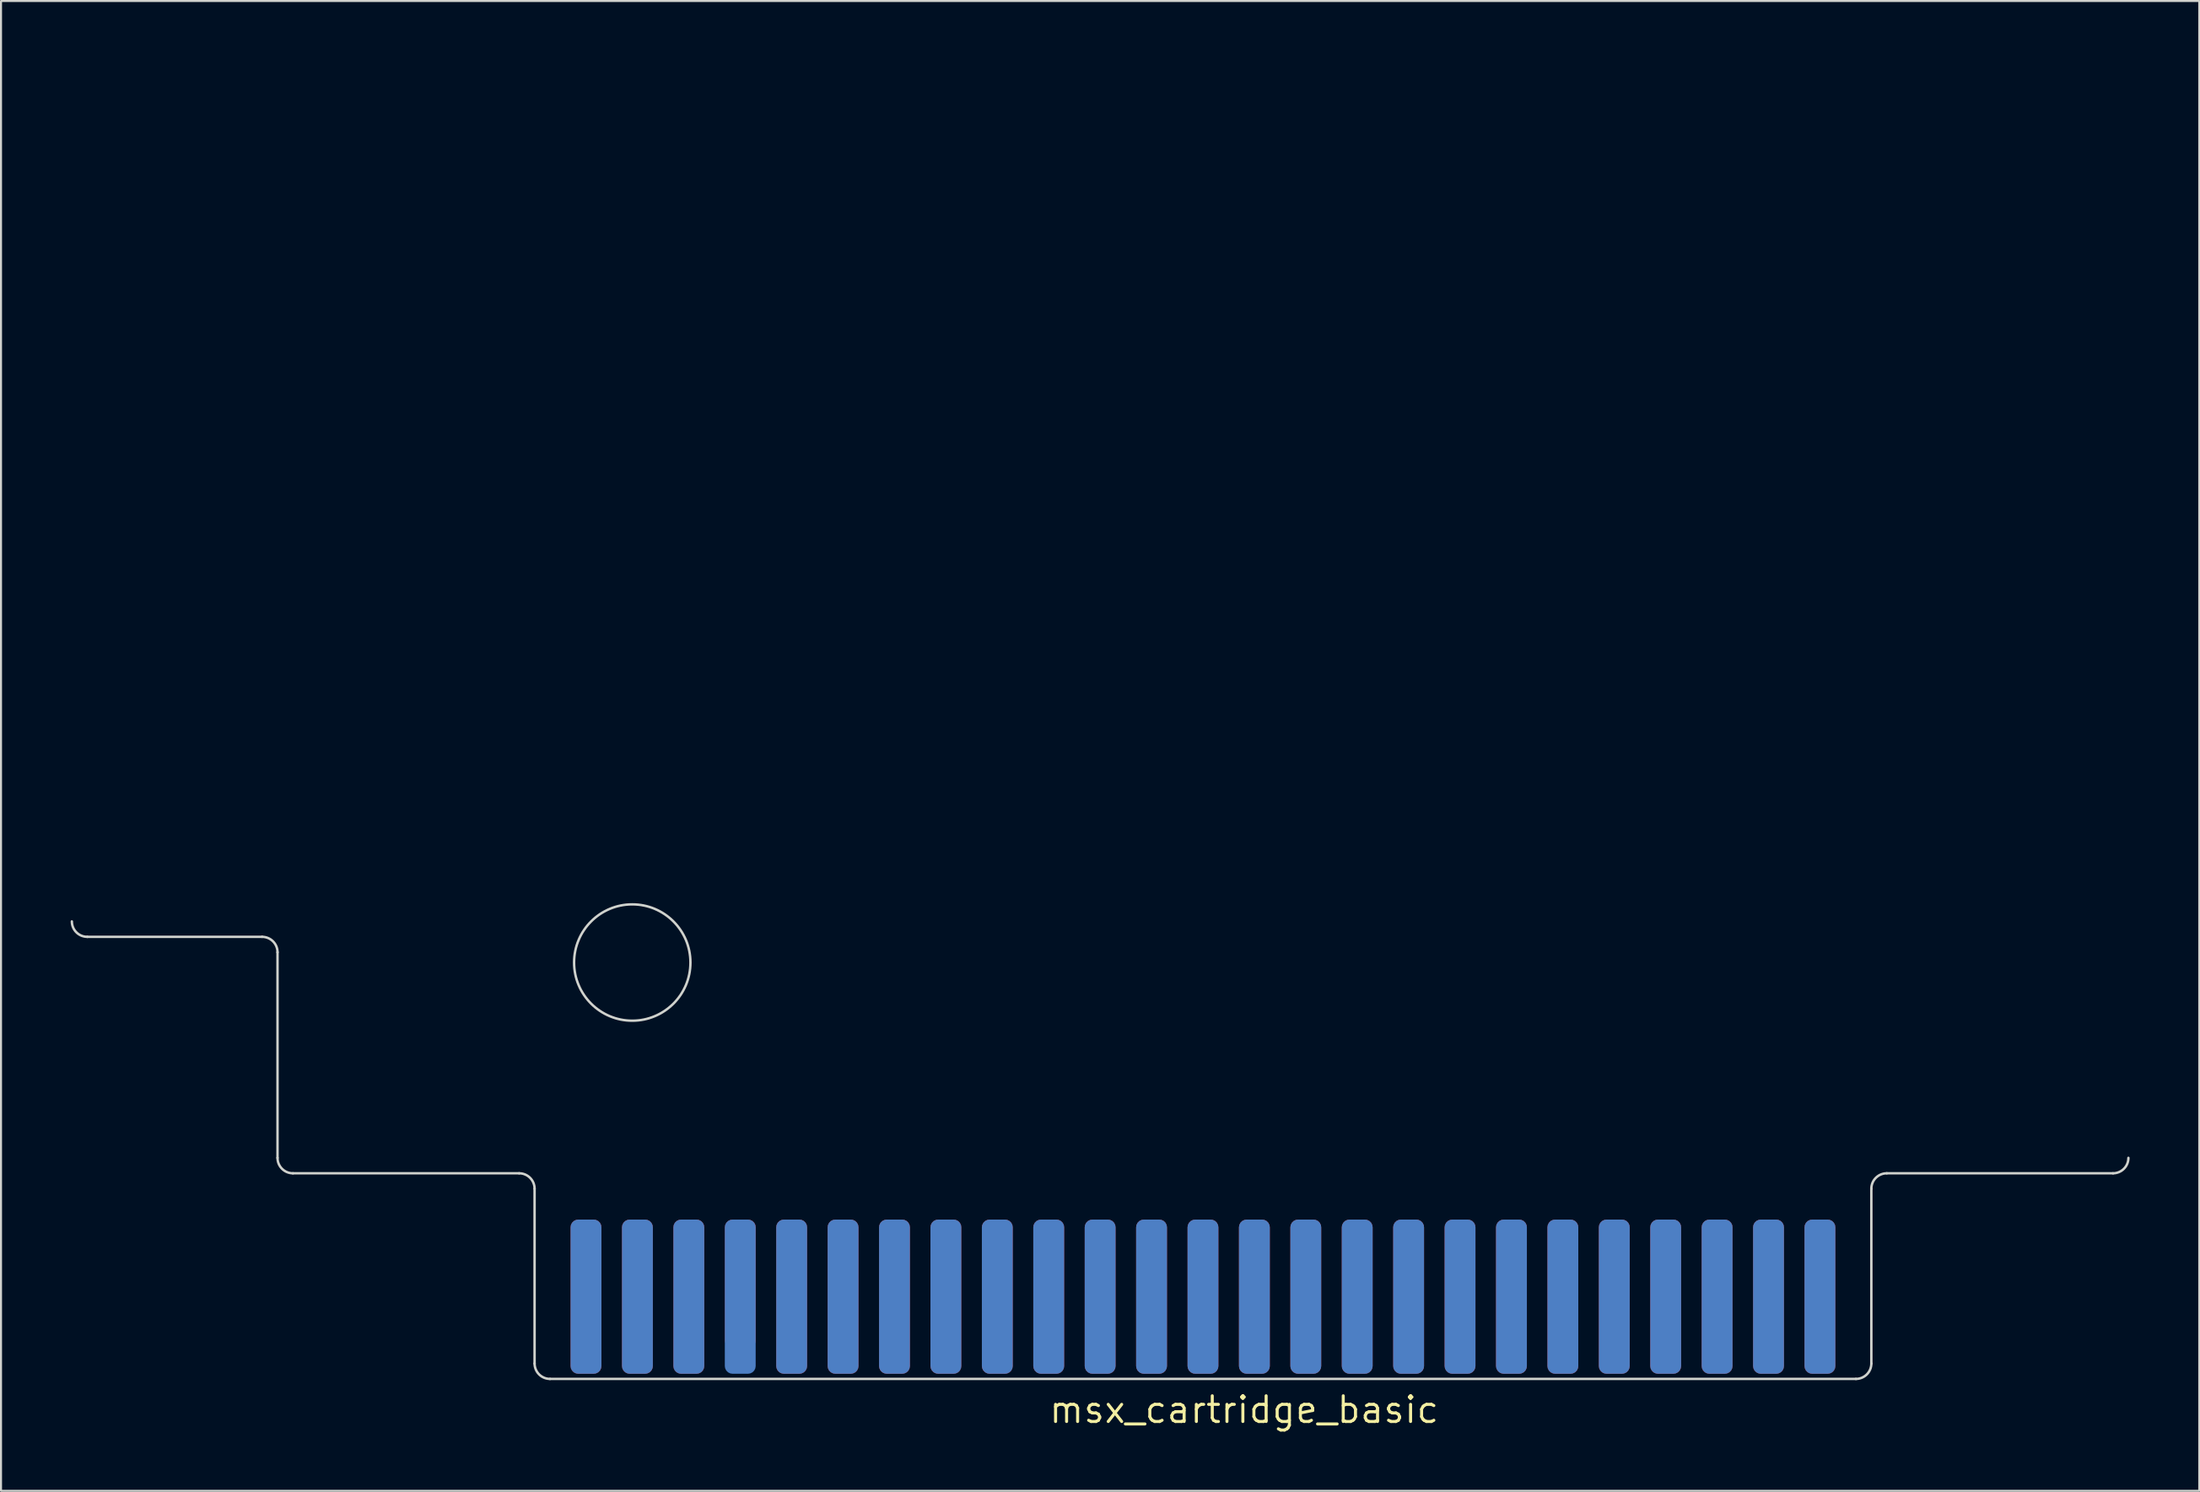
<source format=kicad_pcb>
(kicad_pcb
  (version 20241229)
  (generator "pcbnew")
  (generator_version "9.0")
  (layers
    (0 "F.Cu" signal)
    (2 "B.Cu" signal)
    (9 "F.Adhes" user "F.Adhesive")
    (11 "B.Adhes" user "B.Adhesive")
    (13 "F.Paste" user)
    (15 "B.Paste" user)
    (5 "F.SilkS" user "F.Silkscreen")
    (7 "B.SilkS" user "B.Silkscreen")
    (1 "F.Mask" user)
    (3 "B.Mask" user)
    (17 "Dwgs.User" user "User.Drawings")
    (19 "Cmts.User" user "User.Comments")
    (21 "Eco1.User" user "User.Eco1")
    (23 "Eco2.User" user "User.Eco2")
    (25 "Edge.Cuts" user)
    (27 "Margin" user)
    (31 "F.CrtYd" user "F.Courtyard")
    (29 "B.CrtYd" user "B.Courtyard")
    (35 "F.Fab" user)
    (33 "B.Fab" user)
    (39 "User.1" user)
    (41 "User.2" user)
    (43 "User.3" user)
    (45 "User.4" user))
  (footprint "msx_cartridge_basic"
    (layer "F.Cu")
    (at 56.38 61.02)
    (property "Reference" "msx_cartridge_basic" (at 2.032 5.588 0) (layer "F.SilkS") (effects (font (size 1.27 1.27) (thickness 0.15))))
    (attr through_hole exclude_from_bom)
    (fp_line (start -46.482 -17.78) (end -55.118 -17.78) (stroke (width 1) (type solid)) (layer "F.Mask"))
    (fp_line (start -45.72 -6.858) (end -45.72 -17.018) (stroke (width 1) (type solid)) (layer "F.Mask"))
    (fp_line (start -33.782 -6.096) (end -44.958 -6.096) (stroke (width 1) (type solid)) (layer "F.Mask"))
    (fp_line (start -33.02 -5.334) (end -33.02 3.302) (stroke (width 1) (type solid)) (layer "F.Mask"))
    (fp_line (start 32.258 4.064) (end -32.258 4.064) (stroke (width 1) (type solid)) (layer "F.Mask"))
    (fp_line (start 33.02 -5.334) (end 33.02 3.302) (stroke (width 1) (type solid)) (layer "F.Mask"))
    (fp_line (start 44.958 -6.096) (end 33.782 -6.096) (stroke (width 1) (type solid)) (layer "F.Mask"))
    (fp_rect (start -33.782 -6.096) (end 33.782 4.064) (stroke (width 0.12) (type solid)) (fill yes) (layer "F.Mask"))
    (fp_arc (start -55.118 -17.78) (mid -55.656815 -18.003185) (end -55.88 -18.542) (stroke (width 1) (type solid)) (layer "F.Mask"))
    (fp_arc (start -46.482 -17.78) (mid -45.943185 -17.556815) (end -45.72 -17.018) (stroke (width 1) (type solid)) (layer "F.Mask"))
    (fp_arc (start -44.958 -6.096) (mid -45.496815 -6.319185) (end -45.72 -6.858) (stroke (width 1) (type solid)) (layer "F.Mask"))
    (fp_arc (start -33.782 -6.096) (mid -33.243185 -5.872815) (end -33.02 -5.334) (stroke (width 1) (type solid)) (layer "F.Mask"))
    (fp_arc (start -32.258 4.064) (mid -32.796815 3.840815) (end -33.02 3.302) (stroke (width 1) (type solid)) (layer "F.Mask"))
    (fp_arc (start 33.02 -5.334) (mid 33.243185 -5.872815) (end 33.782 -6.096) (stroke (width 1) (type solid)) (layer "F.Mask"))
    (fp_arc (start 33.02 3.302) (mid 32.796815 3.840815) (end 32.258 4.064) (stroke (width 1) (type solid)) (layer "F.Mask"))
    (fp_arc (start 45.72 -6.858) (mid 45.496815 -6.319185) (end 44.958 -6.096) (stroke (width 1) (type solid)) (layer "F.Mask"))
    (fp_circle (center -28.194 -16.51) (end -25.32 -16.51) (stroke (width 1) (type solid)) (fill no) (layer "F.Mask"))
    (fp_line (start -46.482 -17.78) (end -55.118 -17.78) (stroke (width 1) (type solid)) (layer "B.Mask"))
    (fp_line (start -45.72 -6.858) (end -45.72 -17.018) (stroke (width 1) (type solid)) (layer "B.Mask"))
    (fp_line (start -33.782 -6.096) (end -44.958 -6.096) (stroke (width 1) (type solid)) (layer "B.Mask"))
    (fp_line (start -33.02 -5.334) (end -33.02 3.302) (stroke (width 1) (type solid)) (layer "B.Mask"))
    (fp_line (start 32.258 4.064) (end -32.258 4.064) (stroke (width 1) (type solid)) (layer "B.Mask"))
    (fp_line (start 33.02 -5.334) (end 33.02 3.302) (stroke (width 1) (type solid)) (layer "B.Mask"))
    (fp_line (start 44.958 -6.096) (end 33.782 -6.096) (stroke (width 1) (type solid)) (layer "B.Mask"))
    (fp_rect (start -33.782 -6.096) (end 33.782 4.064) (stroke (width 0.12) (type solid)) (fill yes) (layer "B.Mask"))
    (fp_arc (start -55.118 -17.78) (mid -55.656815 -18.003185) (end -55.88 -18.542) (stroke (width 1) (type solid)) (layer "B.Mask"))
    (fp_arc (start -46.482 -17.78) (mid -45.943185 -17.556815) (end -45.72 -17.018) (stroke (width 1) (type solid)) (layer "B.Mask"))
    (fp_arc (start -44.958 -6.096) (mid -45.496815 -6.319185) (end -45.72 -6.858) (stroke (width 1) (type solid)) (layer "B.Mask"))
    (fp_arc (start -33.782 -6.096) (mid -33.243185 -5.872815) (end -33.02 -5.334) (stroke (width 1) (type solid)) (layer "B.Mask"))
    (fp_arc (start -32.258 4.064) (mid -32.796815 3.840815) (end -33.02 3.302) (stroke (width 1) (type solid)) (layer "B.Mask"))
    (fp_arc (start 33.02 -5.334) (mid 33.243185 -5.872815) (end 33.782 -6.096) (stroke (width 1) (type solid)) (layer "B.Mask"))
    (fp_arc (start 33.02 3.302) (mid 32.796815 3.840815) (end 32.258 4.064) (stroke (width 1) (type solid)) (layer "B.Mask"))
    (fp_arc (start 45.72 -6.858) (mid 45.496815 -6.319185) (end 44.958 -6.096) (stroke (width 1) (type solid)) (layer "B.Mask"))
    (fp_circle (center -28.194 -16.51) (end -25.32 -16.51) (stroke (width 1) (type solid)) (fill no) (layer "B.Mask"))
    (fp_line (start -46.482 -17.78) (end -55.118 -17.78) (stroke (width 0.12) (type solid)) (layer "Edge.Cuts"))
    (fp_line (start -45.72 -6.858) (end -45.72 -17.018) (stroke (width 0.12) (type solid)) (layer "Edge.Cuts"))
    (fp_line (start -33.782 -6.096) (end -44.958 -6.096) (stroke (width 0.12) (type solid)) (layer "Edge.Cuts"))
    (fp_line (start -33.02 -5.334) (end -33.02 3.302) (stroke (width 0.12) (type solid)) (layer "Edge.Cuts"))
    (fp_line (start 32.258 4.064) (end -32.258 4.064) (stroke (width 0.12) (type solid)) (layer "Edge.Cuts"))
    (fp_line (start 33.02 -5.334) (end 33.02 3.302) (stroke (width 0.12) (type solid)) (layer "Edge.Cuts"))
    (fp_line (start 44.958 -6.096) (end 33.782 -6.096) (stroke (width 0.12) (type solid)) (layer "Edge.Cuts"))
    (fp_arc (start -55.118 -17.78) (mid -55.656815 -18.003185) (end -55.88 -18.542) (stroke (width 0.12) (type solid)) (layer "Edge.Cuts"))
    (fp_arc (start -46.482 -17.78) (mid -45.943185 -17.556815) (end -45.72 -17.018) (stroke (width 0.12) (type solid)) (layer "Edge.Cuts"))
    (fp_arc (start -44.958 -6.096) (mid -45.496815 -6.319185) (end -45.72 -6.858) (stroke (width 0.12) (type solid)) (layer "Edge.Cuts"))
    (fp_arc (start -33.782 -6.096) (mid -33.243185 -5.872815) (end -33.02 -5.334) (stroke (width 0.12) (type solid)) (layer "Edge.Cuts"))
    (fp_arc (start -32.258 4.064) (mid -32.796815 3.840815) (end -33.02 3.302) (stroke (width 0.12) (type solid)) (layer "Edge.Cuts"))
    (fp_arc (start 33.02 -5.334) (mid 33.243185 -5.872815) (end 33.782 -6.096) (stroke (width 0.12) (type solid)) (layer "Edge.Cuts"))
    (fp_arc (start 33.02 3.302) (mid 32.796815 3.840815) (end 32.258 4.064) (stroke (width 0.12) (type solid)) (layer "Edge.Cuts"))
    (fp_arc (start 45.72 -6.858) (mid 45.496815 -6.319185) (end 44.958 -6.096) (stroke (width 0.12) (type solid)) (layer "Edge.Cuts"))
    (fp_circle (center -28.194 -16.51) (end -25.32 -16.51) (stroke (width 0.12) (type solid)) (fill no) (layer "Edge.Cuts"))
    (fp_line (start -5.08 -60.96) (end -5.08 -6.096) (stroke (width 0.12) (type solid)) (layer "User.6"))
    (pad "1" connect roundrect (at 30.48 0) (size 1.524 7.62) (layers "B.Cu" "B.Mask") (roundrect_rratio 0.25))
    (pad "2" connect roundrect (at 30.48 0) (size 1.524 7.62) (layers "F.Cu" "F.Mask") (roundrect_rratio 0.25))
    (pad "3" connect roundrect (at 27.94 0) (size 1.524 7.62) (layers "B.Cu" "B.Mask") (roundrect_rratio 0.25))
    (pad "4" connect roundrect (at 27.94 0) (size 1.524 7.62) (layers "F.Cu" "F.Mask") (roundrect_rratio 0.25))
    (pad "5" connect roundrect (at 25.4 0) (size 1.524 7.62) (layers "B.Cu" "B.Mask") (roundrect_rratio 0.25))
    (pad "6" connect roundrect (at 25.4 0) (size 1.524 7.62) (layers "F.Cu" "F.Mask") (roundrect_rratio 0.25))
    (pad "7" connect roundrect (at 22.86 0) (size 1.524 7.62) (layers "B.Cu" "B.Mask") (roundrect_rratio 0.25))
    (pad "8" connect roundrect (at 22.86 0) (size 1.524 7.62) (layers "F.Cu" "F.Mask") (roundrect_rratio 0.25))
    (pad "9" connect roundrect (at 20.32 0) (size 1.524 7.62) (layers "B.Cu" "B.Mask") (roundrect_rratio 0.25))
    (pad "10" connect roundrect (at 20.32 0) (size 1.524 7.62) (layers "F.Cu" "F.Mask") (roundrect_rratio 0.25))
    (pad "11" connect roundrect (at 17.78 0) (size 1.524 7.62) (layers "B.Cu" "B.Mask") (roundrect_rratio 0.25))
    (pad "12" connect roundrect (at 17.78 0) (size 1.524 7.62) (layers "F.Cu" "F.Mask") (roundrect_rratio 0.25))
    (pad "13" connect roundrect (at 15.24 0) (size 1.524 7.62) (layers "B.Cu" "B.Mask") (roundrect_rratio 0.25))
    (pad "14" connect roundrect (at 15.24 0) (size 1.524 7.62) (layers "F.Cu" "F.Mask") (roundrect_rratio 0.25))
    (pad "15" connect roundrect (at 12.7 0) (size 1.524 7.62) (layers "B.Cu" "B.Mask") (roundrect_rratio 0.25))
    (pad "16" connect roundrect (at 12.7 0) (size 1.524 7.62) (layers "F.Cu" "F.Mask") (roundrect_rratio 0.25))
    (pad "17" connect roundrect (at 10.16 0) (size 1.524 7.62) (layers "B.Cu" "B.Mask") (roundrect_rratio 0.25))
    (pad "18" connect roundrect (at 10.16 0) (size 1.524 7.62) (layers "F.Cu" "F.Mask") (roundrect_rratio 0.25))
    (pad "19" connect roundrect (at 7.62 0) (size 1.524 7.62) (layers "B.Cu" "B.Mask") (roundrect_rratio 0.25))
    (pad "20" connect roundrect (at 7.62 0) (size 1.524 7.62) (layers "F.Cu" "F.Mask") (roundrect_rratio 0.25))
    (pad "21" connect roundrect (at 5.08 0) (size 1.524 7.62) (layers "B.Cu" "B.Mask") (roundrect_rratio 0.25))
    (pad "22" connect roundrect (at 5.08 0) (size 1.524 7.62) (layers "F.Cu" "F.Mask") (roundrect_rratio 0.25))
    (pad "23" connect roundrect (at 2.54 0) (size 1.524 7.62) (layers "B.Cu" "B.Mask") (roundrect_rratio 0.25))
    (pad "24" connect roundrect (at 2.54 0) (size 1.524 7.62) (layers "F.Cu" "F.Mask") (roundrect_rratio 0.25))
    (pad "25" connect roundrect (at 0 0) (size 1.524 7.62) (layers "B.Cu" "B.Mask") (roundrect_rratio 0.25))
    (pad "26" connect roundrect (at 0 0) (size 1.524 7.62) (layers "F.Cu" "F.Mask") (roundrect_rratio 0.25))
    (pad "27" connect roundrect (at -2.54 0) (size 1.524 7.62) (layers "B.Cu" "B.Mask") (roundrect_rratio 0.25))
    (pad "28" connect roundrect (at -2.54 0) (size 1.524 7.62) (layers "F.Cu" "F.Mask") (roundrect_rratio 0.25))
    (pad "29" connect roundrect (at -5.08 0) (size 1.524 7.62) (layers "B.Cu" "B.Mask") (roundrect_rratio 0.25))
    (pad "30" connect roundrect (at -5.08 0) (size 1.524 7.62) (layers "F.Cu" "F.Mask") (roundrect_rratio 0.25))
    (pad "31" connect roundrect (at -7.62 0) (size 1.524 7.62) (layers "B.Cu" "B.Mask") (roundrect_rratio 0.25))
    (pad "32" connect roundrect (at -7.62 0) (size 1.524 7.62) (layers "F.Cu" "F.Mask") (roundrect_rratio 0.25))
    (pad "33" connect roundrect (at -10.16 0) (size 1.524 7.62) (layers "B.Cu" "B.Mask") (roundrect_rratio 0.25))
    (pad "34" connect roundrect (at -10.16 0) (size 1.524 7.62) (layers "F.Cu" "F.Mask") (roundrect_rratio 0.25))
    (pad "35" connect roundrect (at -12.7 0) (size 1.524 7.62) (layers "B.Cu" "B.Mask") (roundrect_rratio 0.25))
    (pad "36" connect roundrect (at -12.7 0) (size 1.524 7.62) (layers "F.Cu" "F.Mask") (roundrect_rratio 0.25))
    (pad "37" connect roundrect (at -15.24 0) (size 1.524 7.62) (layers "B.Cu" "B.Mask") (roundrect_rratio 0.25))
    (pad "38" connect roundrect (at -15.24 0) (size 1.524 7.62) (layers "F.Cu" "F.Mask") (roundrect_rratio 0.25))
    (pad "39" connect roundrect (at -17.78 0) (size 1.524 7.62) (layers "B.Cu" "B.Mask") (roundrect_rratio 0.25))
    (pad "40" connect roundrect (at -17.78 0) (size 1.524 7.62) (layers "F.Cu" "F.Mask") (roundrect_rratio 0.25))
    (pad "41" connect roundrect (at -20.32 0) (size 1.524 7.62) (layers "B.Cu" "B.Mask") (roundrect_rratio 0.25))
    (pad "42" connect roundrect (at -20.32 0) (size 1.524 7.62) (layers "F.Cu" "F.Mask") (roundrect_rratio 0.25))
    (pad "43" connect roundrect (at -22.86 0) (size 1.524 7.62) (layers "B.Cu" "B.Mask") (roundrect_rratio 0.25))
    (pad "44" connect roundrect (at -22.855 -0.635) (size 1.524 6.35) (layers "F.Cu" "F.Mask") (roundrect_rratio 0.25))
    (pad "45" connect roundrect (at -25.4 0) (size 1.524 7.62) (layers "B.Cu" "B.Mask") (roundrect_rratio 0.25))
    (pad "46" connect roundrect (at -25.4 0) (size 1.524 7.62) (layers "F.Cu" "F.Mask") (roundrect_rratio 0.25))
    (pad "47" connect roundrect (at -27.94 0) (size 1.524 7.62) (layers "B.Cu" "B.Mask") (roundrect_rratio 0.25))
    (pad "48" connect roundrect (at -27.94 0) (size 1.524 7.62) (layers "F.Cu" "F.Mask") (roundrect_rratio 0.25))
    (pad "49" connect roundrect (at -30.48 0) (size 1.524 7.62) (layers "B.Cu" "B.Mask") (roundrect_rratio 0.25))
    (pad "50" connect roundrect (at -30.48 0) (size 1.524 7.62) (layers "F.Cu" "F.Mask") (roundrect_rratio 0.25)))
  (gr_rect
    (start -3 -3)
    (end 105.6 70.614)
    (stroke (width 0.1) (type default))
    (fill no)
    (layer "Edge.Cuts")))
</source>
